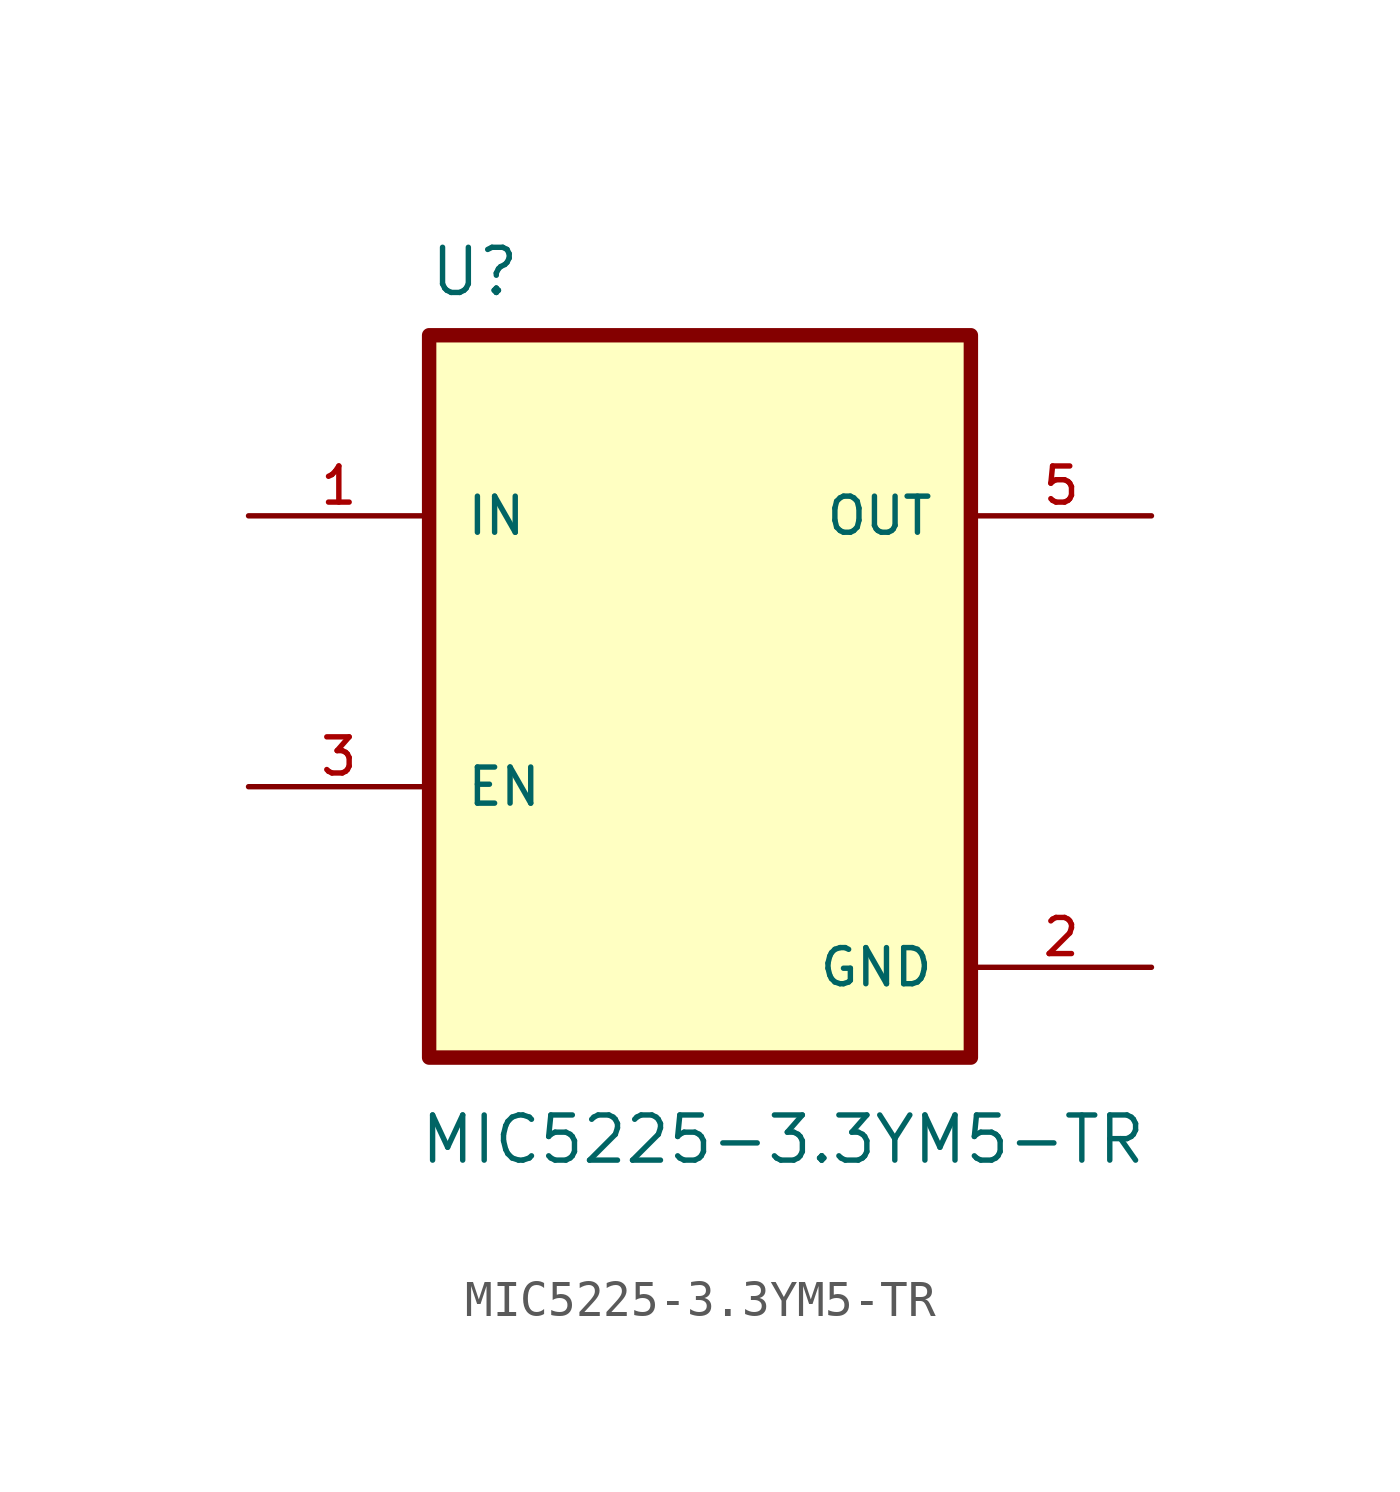
<source format=kicad_sym>
(kicad_symbol_lib
  (version 20211014)
  (generator kicad_symbol_editor)
  (symbol "MIC5225-3.3YM5-TR"
    (pin_names
      (offset 1.016))
    (property "Reference" "U"
      (at -7.645 11.201 0)
      (effects (font (size 1.27 1.27)) (justify left bottom)))
    (property "Value" "MIC5225-3.3YM5-TR"
      (at -7.925 -13.208 0)
      (effects (font (size 1.27 1.27)) (justify left bottom)))
    (property "ki_locked" ""
      (at 0 0 0)
      (effects (font (size 1.27 1.27))))
    (symbol "MIC5225-3.3YM5-TR_0_0"
      (rectangle (start -7.62 -10.16) (end 7.62 10.16) (stroke (width 0.406) (type default) (color 0 0 0 0)) (fill (type background)))
      (pin input line (at -12.7 5.08 0) (length 5.08) (name "IN" (effects (font (size 1.016 1.016)))) (number "1" (effects (font (size 1.016 1.016)))))
      (pin power_in line (at 12.7 -7.62 180) (length 5.08) (name "GND" (effects (font (size 1.016 1.016)))) (number "2" (effects (font (size 1.016 1.016)))))
      (pin input line (at -12.7 -2.54 0) (length 5.08) (name "EN" (effects (font (size 1.016 1.016)))) (number "3" (effects (font (size 1.016 1.016)))))
      (pin output line (at 12.7 5.08 180) (length 5.08) (name "OUT" (effects (font (size 1.016 1.016)))) (number "5" (effects (font (size 1.016 1.016))))))))
</source>
